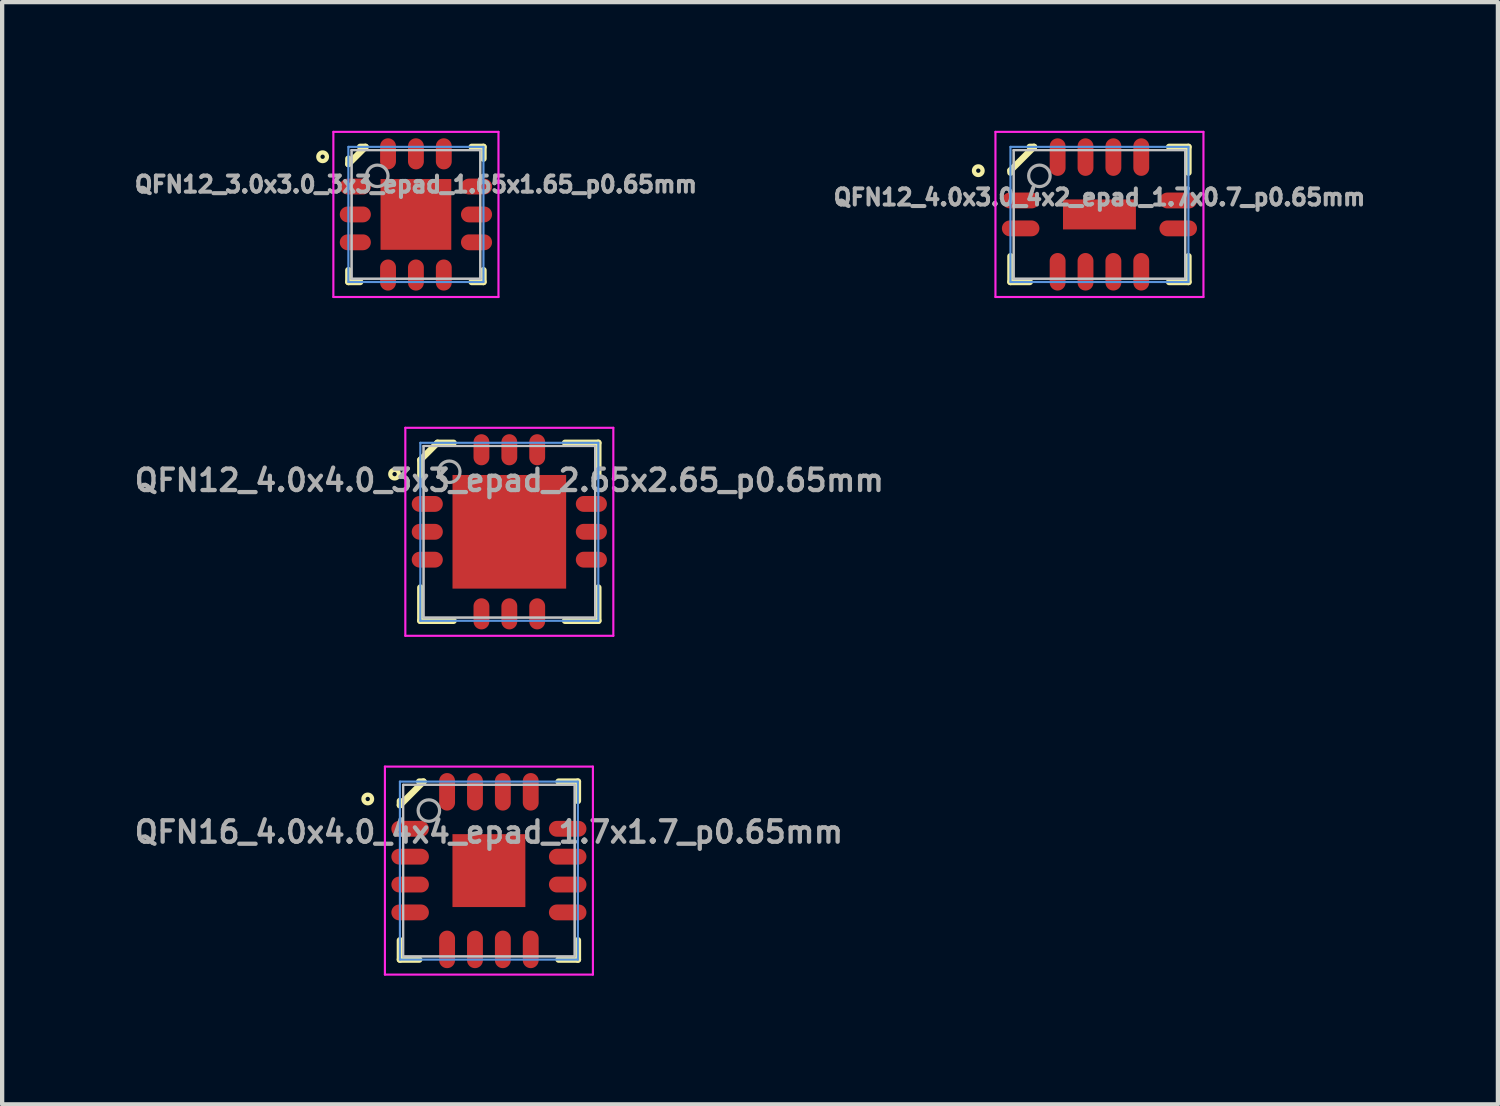
<source format=kicad_pcb>
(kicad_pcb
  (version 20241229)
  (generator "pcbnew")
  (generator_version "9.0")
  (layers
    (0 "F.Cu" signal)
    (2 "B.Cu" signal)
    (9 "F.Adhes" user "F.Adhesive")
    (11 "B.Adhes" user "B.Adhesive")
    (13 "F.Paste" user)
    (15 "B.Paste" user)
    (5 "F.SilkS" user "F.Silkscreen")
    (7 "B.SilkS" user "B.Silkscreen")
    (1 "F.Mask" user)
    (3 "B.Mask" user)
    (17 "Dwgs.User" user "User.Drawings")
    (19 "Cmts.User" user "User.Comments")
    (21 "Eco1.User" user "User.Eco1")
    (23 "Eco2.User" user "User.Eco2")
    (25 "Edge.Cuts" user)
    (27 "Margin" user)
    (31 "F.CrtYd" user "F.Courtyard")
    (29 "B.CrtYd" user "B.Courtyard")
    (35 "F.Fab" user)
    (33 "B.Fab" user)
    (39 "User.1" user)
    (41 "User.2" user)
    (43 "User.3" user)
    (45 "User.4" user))
  (footprint "QFN16_4.0x4.0_4x4_epad_1.7x1.7_p0.65mm"
    (layer "F.Cu")
    (at 8.35 17.25)
    (property "Reference" "QFN16_4.0x4.0_4x4_epad_1.7x1.7_p0.65mm" (at 0 -0.9 0) (layer "F.Fab") (effects (font (size 0.5 0.5) (thickness 0.1))))
    (attr through_hole)
    (fp_line (start -2.075 -1.525) (end -2.075 -1.625) (stroke (width 0.15) (type solid)) (layer "F.SilkS"))
    (fp_line (start -2.075 -1.525) (end -1.525 -2.075) (stroke (width 0.15) (type solid)) (layer "F.SilkS"))
    (fp_line (start -2.075 2.075) (end -2.075 1.625) (stroke (width 0.15) (type solid)) (layer "F.SilkS"))
    (fp_line (start -2.075 2.075) (end -1.625 2.075) (stroke (width 0.15) (type solid)) (layer "F.SilkS"))
    (fp_line (start -1.625 -2.075) (end -1.525 -2.075) (stroke (width 0.15) (type solid)) (layer "F.SilkS"))
    (fp_line (start 2.075 -2.075) (end 1.625 -2.075) (stroke (width 0.15) (type solid)) (layer "F.SilkS"))
    (fp_line (start 2.075 -2.075) (end 2.075 -1.625) (stroke (width 0.15) (type solid)) (layer "F.SilkS"))
    (fp_line (start 2.075 2.075) (end 1.625 2.075) (stroke (width 0.15) (type solid)) (layer "F.SilkS"))
    (fp_line (start 2.075 2.075) (end 2.075 1.625) (stroke (width 0.15) (type solid)) (layer "F.SilkS"))
    (fp_circle (center -2.825 -1.67) (end -2.754 -1.599) (stroke (width 0.1) (type solid)) (fill no) (layer "F.SilkS"))
    (fp_line (start -2 -2) (end -2 2) (stroke (width 0.05) (type solid)) (layer "Dwgs.User"))
    (fp_line (start -2 -2) (end 2 -2) (stroke (width 0.05) (type solid)) (layer "Dwgs.User"))
    (fp_line (start -2 2) (end 2 2) (stroke (width 0.05) (type solid)) (layer "Dwgs.User"))
    (fp_line (start 2 -2) (end 2 2) (stroke (width 0.05) (type solid)) (layer "Dwgs.User"))
    (fp_line (start -2.075 -2.075) (end -2.075 2.075) (stroke (width 0.05) (type solid)) (layer "Cmts.User"))
    (fp_line (start -2.075 -2.075) (end 2.075 -2.075) (stroke (width 0.05) (type solid)) (layer "Cmts.User"))
    (fp_line (start -2.075 2.075) (end 2.075 2.075) (stroke (width 0.05) (type solid)) (layer "Cmts.User"))
    (fp_line (start 2.075 -2.075) (end 2.075 2.075) (stroke (width 0.05) (type solid)) (layer "Cmts.User"))
    (fp_line (start -1.925 -1.925) (end -1.925 1.925) (stroke (width 0.05) (type solid)) (layer "Eco1.User"))
    (fp_line (start -1.925 -1.925) (end 1.925 -1.925) (stroke (width 0.05) (type solid)) (layer "Eco1.User"))
    (fp_line (start -1.925 1.925) (end 1.925 1.925) (stroke (width 0.05) (type solid)) (layer "Eco1.User"))
    (fp_line (start 1.925 -1.925) (end 1.925 1.925) (stroke (width 0.05) (type solid)) (layer "Eco1.User"))
    (fp_line (start -2.425 -2.425) (end -2.425 2.425) (stroke (width 0.05) (type solid)) (layer "F.CrtYd"))
    (fp_line (start -2.425 -2.425) (end 2.425 -2.425) (stroke (width 0.05) (type solid)) (layer "F.CrtYd"))
    (fp_line (start -2.425 2.425) (end 2.425 2.425) (stroke (width 0.05) (type solid)) (layer "F.CrtYd"))
    (fp_line (start 2.425 -2.425) (end 2.425 2.425) (stroke (width 0.05) (type solid)) (layer "F.CrtYd"))
    (fp_line (start -2 -2) (end -2 2) (stroke (width 0.05) (type solid)) (layer "F.Fab"))
    (fp_line (start -2 -2) (end 2 -2) (stroke (width 0.05) (type solid)) (layer "F.Fab"))
    (fp_line (start -2 2) (end 2 2) (stroke (width 0.05) (type solid)) (layer "F.Fab"))
    (fp_line (start 2 -2) (end 2 2) (stroke (width 0.05) (type solid)) (layer "F.Fab"))
    (fp_circle (center -1.4 -1.4) (end -1.223 -1.223) (stroke (width 0.075) (type solid)) (fill no) (layer "F.Fab"))
    (pad "1" smd oval (at -1.837 -0.975 180) (size 0.875 0.37) (layers "F.Cu" "F.Mask" "F.Paste"))
    (pad "2" smd oval (at -1.837 -0.325 180) (size 0.875 0.37) (layers "F.Cu" "F.Mask" "F.Paste"))
    (pad "3" smd oval (at -1.837 0.325 180) (size 0.875 0.37) (layers "F.Cu" "F.Mask" "F.Paste"))
    (pad "4" smd oval (at -1.837 0.975 180) (size 0.875 0.37) (layers "F.Cu" "F.Mask" "F.Paste"))
    (pad "5" smd oval (at -0.975 1.837 270) (size 0.875 0.37) (layers "F.Cu" "F.Mask" "F.Paste"))
    (pad "6" smd oval (at -0.325 1.837 270) (size 0.875 0.37) (layers "F.Cu" "F.Mask" "F.Paste"))
    (pad "7" smd oval (at 0.325 1.837 270) (size 0.875 0.37) (layers "F.Cu" "F.Mask" "F.Paste"))
    (pad "8" smd oval (at 0.975 1.837 270) (size 0.875 0.37) (layers "F.Cu" "F.Mask" "F.Paste"))
    (pad "9" smd oval (at 1.837 0.975) (size 0.875 0.37) (layers "F.Cu" "F.Mask" "F.Paste"))
    (pad "10" smd oval (at 1.837 0.325) (size 0.875 0.37) (layers "F.Cu" "F.Mask" "F.Paste"))
    (pad "11" smd oval (at 1.837 -0.325) (size 0.875 0.37) (layers "F.Cu" "F.Mask" "F.Paste"))
    (pad "12" smd oval (at 1.837 -0.975) (size 0.875 0.37) (layers "F.Cu" "F.Mask" "F.Paste"))
    (pad "13" smd oval (at 0.975 -1.837 90) (size 0.875 0.37) (layers "F.Cu" "F.Mask" "F.Paste"))
    (pad "14" smd oval (at 0.325 -1.837 90) (size 0.875 0.37) (layers "F.Cu" "F.Mask" "F.Paste"))
    (pad "15" smd oval (at -0.325 -1.837 90) (size 0.875 0.37) (layers "F.Cu" "F.Mask" "F.Paste"))
    (pad "16" smd oval (at -0.975 -1.837 90) (size 0.875 0.37) (layers "F.Cu" "F.Mask" "F.Paste"))
    (pad "17" smd rect (at 0 0) (size 1.7 1.7) (layers "F.Cu" "F.Mask" "F.Paste")))
  (footprint "QFN12_4.0x4.0_3x3_epad_2.65x2.65_p0.65mm"
    (layer "F.Cu")
    (at 8.826 9.35)
    (property "Reference" "QFN12_4.0x4.0_3x3_epad_2.65x2.65_p0.65mm" (at 0 -1.2 0) (layer "F.Fab") (effects (font (size 0.5 0.5) (thickness 0.1))))
    (attr through_hole)
    (fp_line (start -2.075 -1.675) (end -2.075 -1.3) (stroke (width 0.15) (type solid)) (layer "F.SilkS"))
    (fp_line (start -2.075 -1.675) (end -1.675 -2.075) (stroke (width 0.15) (type solid)) (layer "F.SilkS"))
    (fp_line (start -2.075 2.075) (end -2.075 1.3) (stroke (width 0.15) (type solid)) (layer "F.SilkS"))
    (fp_line (start -2.075 2.075) (end -1.3 2.075) (stroke (width 0.15) (type solid)) (layer "F.SilkS"))
    (fp_line (start -1.3 -2.075) (end -1.675 -2.075) (stroke (width 0.15) (type solid)) (layer "F.SilkS"))
    (fp_line (start 2.075 -2.075) (end 1.3 -2.075) (stroke (width 0.15) (type solid)) (layer "F.SilkS"))
    (fp_line (start 2.075 -2.075) (end 2.075 -1.3) (stroke (width 0.15) (type solid)) (layer "F.SilkS"))
    (fp_line (start 2.075 2.075) (end 1.3 2.075) (stroke (width 0.15) (type solid)) (layer "F.SilkS"))
    (fp_line (start 2.075 2.075) (end 2.075 1.3) (stroke (width 0.15) (type solid)) (layer "F.SilkS"))
    (fp_circle (center -2.675 -1.345) (end -2.604 -1.274) (stroke (width 0.1) (type solid)) (fill no) (layer "F.SilkS"))
    (fp_line (start -2 -2) (end -2 2) (stroke (width 0.05) (type solid)) (layer "Dwgs.User"))
    (fp_line (start -2 -2) (end 2 -2) (stroke (width 0.05) (type solid)) (layer "Dwgs.User"))
    (fp_line (start -2 2) (end 2 2) (stroke (width 0.05) (type solid)) (layer "Dwgs.User"))
    (fp_line (start 2 -2) (end 2 2) (stroke (width 0.05) (type solid)) (layer "Dwgs.User"))
    (fp_line (start -2.075 -2.075) (end -2.075 2.075) (stroke (width 0.05) (type solid)) (layer "Cmts.User"))
    (fp_line (start -2.075 -2.075) (end 2.075 -2.075) (stroke (width 0.05) (type solid)) (layer "Cmts.User"))
    (fp_line (start -2.075 2.075) (end 2.075 2.075) (stroke (width 0.05) (type solid)) (layer "Cmts.User"))
    (fp_line (start 2.075 -2.075) (end 2.075 2.075) (stroke (width 0.05) (type solid)) (layer "Cmts.User"))
    (fp_line (start -1.925 -1.925) (end -1.925 1.925) (stroke (width 0.05) (type solid)) (layer "Eco1.User"))
    (fp_line (start -1.925 -1.925) (end 1.925 -1.925) (stroke (width 0.05) (type solid)) (layer "Eco1.User"))
    (fp_line (start -1.925 1.925) (end 1.925 1.925) (stroke (width 0.05) (type solid)) (layer "Eco1.User"))
    (fp_line (start 1.925 -1.925) (end 1.925 1.925) (stroke (width 0.05) (type solid)) (layer "Eco1.User"))
    (fp_line (start -2.425 -2.425) (end -2.425 2.425) (stroke (width 0.05) (type solid)) (layer "F.CrtYd"))
    (fp_line (start -2.425 -2.425) (end 2.425 -2.425) (stroke (width 0.05) (type solid)) (layer "F.CrtYd"))
    (fp_line (start -2.425 2.425) (end 2.425 2.425) (stroke (width 0.05) (type solid)) (layer "F.CrtYd"))
    (fp_line (start 2.425 -2.425) (end 2.425 2.425) (stroke (width 0.05) (type solid)) (layer "F.CrtYd"))
    (fp_line (start -2 -2) (end -2 2) (stroke (width 0.05) (type solid)) (layer "F.Fab"))
    (fp_line (start -2 -2) (end 2 -2) (stroke (width 0.05) (type solid)) (layer "F.Fab"))
    (fp_line (start -2 2) (end 2 2) (stroke (width 0.05) (type solid)) (layer "F.Fab"))
    (fp_line (start 2 -2) (end 2 2) (stroke (width 0.05) (type solid)) (layer "F.Fab"))
    (fp_circle (center -1.4 -1.4) (end -1.223 -1.223) (stroke (width 0.075) (type solid)) (fill no) (layer "F.Fab"))
    (pad "1" smd oval (at -1.913 -0.65 180) (size 0.725 0.37) (layers "F.Cu" "F.Mask" "F.Paste"))
    (pad "2" smd oval (at -1.913 0 180) (size 0.725 0.37) (layers "F.Cu" "F.Mask" "F.Paste"))
    (pad "3" smd oval (at -1.913 0.65 180) (size 0.725 0.37) (layers "F.Cu" "F.Mask" "F.Paste"))
    (pad "4" smd oval (at -0.65 1.913 270) (size 0.725 0.37) (layers "F.Cu" "F.Mask" "F.Paste"))
    (pad "5" smd oval (at 0 1.913 270) (size 0.725 0.37) (layers "F.Cu" "F.Mask" "F.Paste"))
    (pad "6" smd oval (at 0.65 1.913 270) (size 0.725 0.37) (layers "F.Cu" "F.Mask" "F.Paste"))
    (pad "7" smd oval (at 1.913 0.65) (size 0.725 0.37) (layers "F.Cu" "F.Mask" "F.Paste"))
    (pad "8" smd oval (at 1.913 0) (size 0.725 0.37) (layers "F.Cu" "F.Mask" "F.Paste"))
    (pad "9" smd oval (at 1.913 -0.65) (size 0.725 0.37) (layers "F.Cu" "F.Mask" "F.Paste"))
    (pad "10" smd oval (at 0.65 -1.913 90) (size 0.725 0.37) (layers "F.Cu" "F.Mask" "F.Paste"))
    (pad "11" smd oval (at 0 -1.913 90) (size 0.725 0.37) (layers "F.Cu" "F.Mask" "F.Paste"))
    (pad "12" smd oval (at -0.65 -1.913 90) (size 0.725 0.37) (layers "F.Cu" "F.Mask" "F.Paste"))
    (pad "13" smd rect (at 0 0) (size 2.65 2.65) (layers "F.Cu" "F.Mask" "F.Paste")))
  (footprint "QFN12_3.0x3.0_3x3_epad_1.65x1.65_p0.65mm"
    (layer "F.Cu")
    (at 6.648 1.95)
    (property "Reference" "QFN12_3.0x3.0_3x3_epad_1.65x1.65_p0.65mm" (at 0 -0.7 0) (layer "F.Fab") (effects (font (size 0.375 0.375) (thickness 0.1))))
    (attr through_hole)
    (fp_line (start -1.575 -1.175) (end -1.575 -1.3) (stroke (width 0.15) (type solid)) (layer "F.SilkS"))
    (fp_line (start -1.575 -1.175) (end -1.175 -1.575) (stroke (width 0.15) (type solid)) (layer "F.SilkS"))
    (fp_line (start -1.575 1.575) (end -1.575 1.3) (stroke (width 0.15) (type solid)) (layer "F.SilkS"))
    (fp_line (start -1.575 1.575) (end -1.3 1.575) (stroke (width 0.15) (type solid)) (layer "F.SilkS"))
    (fp_line (start -1.3 -1.575) (end -1.175 -1.575) (stroke (width 0.15) (type solid)) (layer "F.SilkS"))
    (fp_line (start 1.575 -1.575) (end 1.3 -1.575) (stroke (width 0.15) (type solid)) (layer "F.SilkS"))
    (fp_line (start 1.575 -1.575) (end 1.575 -1.3) (stroke (width 0.15) (type solid)) (layer "F.SilkS"))
    (fp_line (start 1.575 1.575) (end 1.3 1.575) (stroke (width 0.15) (type solid)) (layer "F.SilkS"))
    (fp_line (start 1.575 1.575) (end 1.575 1.3) (stroke (width 0.15) (type solid)) (layer "F.SilkS"))
    (fp_circle (center -2.175 -1.345) (end -2.104 -1.274) (stroke (width 0.1) (type solid)) (fill no) (layer "F.SilkS"))
    (fp_line (start -1.5 -1.5) (end -1.5 1.5) (stroke (width 0.05) (type solid)) (layer "Dwgs.User"))
    (fp_line (start -1.5 -1.5) (end 1.5 -1.5) (stroke (width 0.05) (type solid)) (layer "Dwgs.User"))
    (fp_line (start -1.5 1.5) (end 1.5 1.5) (stroke (width 0.05) (type solid)) (layer "Dwgs.User"))
    (fp_line (start 1.5 -1.5) (end 1.5 1.5) (stroke (width 0.05) (type solid)) (layer "Dwgs.User"))
    (fp_line (start -1.575 -1.575) (end -1.575 1.575) (stroke (width 0.05) (type solid)) (layer "Cmts.User"))
    (fp_line (start -1.575 -1.575) (end 1.575 -1.575) (stroke (width 0.05) (type solid)) (layer "Cmts.User"))
    (fp_line (start -1.575 1.575) (end 1.575 1.575) (stroke (width 0.05) (type solid)) (layer "Cmts.User"))
    (fp_line (start 1.575 -1.575) (end 1.575 1.575) (stroke (width 0.05) (type solid)) (layer "Cmts.User"))
    (fp_line (start -1.425 -1.425) (end -1.425 1.425) (stroke (width 0.05) (type solid)) (layer "Eco1.User"))
    (fp_line (start -1.425 -1.425) (end 1.425 -1.425) (stroke (width 0.05) (type solid)) (layer "Eco1.User"))
    (fp_line (start -1.425 1.425) (end 1.425 1.425) (stroke (width 0.05) (type solid)) (layer "Eco1.User"))
    (fp_line (start 1.425 -1.425) (end 1.425 1.425) (stroke (width 0.05) (type solid)) (layer "Eco1.User"))
    (fp_line (start -1.925 -1.925) (end -1.925 1.925) (stroke (width 0.05) (type solid)) (layer "F.CrtYd"))
    (fp_line (start -1.925 -1.925) (end 1.925 -1.925) (stroke (width 0.05) (type solid)) (layer "F.CrtYd"))
    (fp_line (start -1.925 1.925) (end 1.925 1.925) (stroke (width 0.05) (type solid)) (layer "F.CrtYd"))
    (fp_line (start 1.925 -1.925) (end 1.925 1.925) (stroke (width 0.05) (type solid)) (layer "F.CrtYd"))
    (fp_line (start -1.5 -1.5) (end -1.5 1.5) (stroke (width 0.05) (type solid)) (layer "F.Fab"))
    (fp_line (start -1.5 -1.5) (end 1.5 -1.5) (stroke (width 0.05) (type solid)) (layer "F.Fab"))
    (fp_line (start -1.5 1.5) (end 1.5 1.5) (stroke (width 0.05) (type solid)) (layer "F.Fab"))
    (fp_line (start 1.5 -1.5) (end 1.5 1.5) (stroke (width 0.05) (type solid)) (layer "F.Fab"))
    (fp_circle (center -0.9 -0.9) (end -0.723 -0.723) (stroke (width 0.075) (type solid)) (fill no) (layer "F.Fab"))
    (pad "1" smd oval (at -1.413 -0.65 180) (size 0.725 0.37) (layers "F.Cu" "F.Mask" "F.Paste"))
    (pad "2" smd oval (at -1.413 0 180) (size 0.725 0.37) (layers "F.Cu" "F.Mask" "F.Paste"))
    (pad "3" smd oval (at -1.413 0.65 180) (size 0.725 0.37) (layers "F.Cu" "F.Mask" "F.Paste"))
    (pad "4" smd oval (at -0.65 1.413 270) (size 0.725 0.37) (layers "F.Cu" "F.Mask" "F.Paste"))
    (pad "5" smd oval (at 0 1.413 270) (size 0.725 0.37) (layers "F.Cu" "F.Mask" "F.Paste"))
    (pad "6" smd oval (at 0.65 1.413 270) (size 0.725 0.37) (layers "F.Cu" "F.Mask" "F.Paste"))
    (pad "7" smd oval (at 1.413 0.65) (size 0.725 0.37) (layers "F.Cu" "F.Mask" "F.Paste"))
    (pad "8" smd oval (at 1.413 0) (size 0.725 0.37) (layers "F.Cu" "F.Mask" "F.Paste"))
    (pad "9" smd oval (at 1.413 -0.65) (size 0.725 0.37) (layers "F.Cu" "F.Mask" "F.Paste"))
    (pad "10" smd oval (at 0.65 -1.413 90) (size 0.725 0.37) (layers "F.Cu" "F.Mask" "F.Paste"))
    (pad "11" smd oval (at 0 -1.413 90) (size 0.725 0.37) (layers "F.Cu" "F.Mask" "F.Paste"))
    (pad "12" smd oval (at -0.65 -1.413 90) (size 0.725 0.37) (layers "F.Cu" "F.Mask" "F.Paste"))
    (pad "13" smd rect (at 0 0) (size 1.65 1.65) (layers "F.Cu" "F.Mask" "F.Paste")))
  (footprint "QFN12_4.0x3.0_4x2_epad_1.7x0.7_p0.65mm"
    (layer "F.Cu")
    (at 22.586 1.95)
    (property "Reference" "QFN12_4.0x3.0_4x2_epad_1.7x0.7_p0.65mm" (at 0 -0.4 0) (layer "F.Fab") (effects (font (size 0.375 0.375) (thickness 0.1))))
    (attr through_hole)
    (fp_line (start -2.075 -1.025) (end -2.075 -0.975) (stroke (width 0.15) (type solid)) (layer "F.SilkS"))
    (fp_line (start -2.075 -1.025) (end -1.525 -1.575) (stroke (width 0.15) (type solid)) (layer "F.SilkS"))
    (fp_line (start -2.075 1.575) (end -2.075 0.975) (stroke (width 0.15) (type solid)) (layer "F.SilkS"))
    (fp_line (start -2.075 1.575) (end -1.625 1.575) (stroke (width 0.15) (type solid)) (layer "F.SilkS"))
    (fp_line (start -1.625 -1.575) (end -1.525 -1.575) (stroke (width 0.15) (type solid)) (layer "F.SilkS"))
    (fp_line (start 2.075 -1.575) (end 1.625 -1.575) (stroke (width 0.15) (type solid)) (layer "F.SilkS"))
    (fp_line (start 2.075 -1.575) (end 2.075 -0.975) (stroke (width 0.15) (type solid)) (layer "F.SilkS"))
    (fp_line (start 2.075 1.575) (end 1.625 1.575) (stroke (width 0.15) (type solid)) (layer "F.SilkS"))
    (fp_line (start 2.075 1.575) (end 2.075 0.975) (stroke (width 0.15) (type solid)) (layer "F.SilkS"))
    (fp_circle (center -2.825 -1.02) (end -2.754 -0.949) (stroke (width 0.1) (type solid)) (fill no) (layer "F.SilkS"))
    (fp_line (start -2 -1.5) (end -2 1.5) (stroke (width 0.05) (type solid)) (layer "Dwgs.User"))
    (fp_line (start -2 -1.5) (end 2 -1.5) (stroke (width 0.05) (type solid)) (layer "Dwgs.User"))
    (fp_line (start -2 1.5) (end 2 1.5) (stroke (width 0.05) (type solid)) (layer "Dwgs.User"))
    (fp_line (start 2 -1.5) (end 2 1.5) (stroke (width 0.05) (type solid)) (layer "Dwgs.User"))
    (fp_line (start -2.075 -1.575) (end -2.075 1.575) (stroke (width 0.05) (type solid)) (layer "Cmts.User"))
    (fp_line (start -2.075 -1.575) (end 2.075 -1.575) (stroke (width 0.05) (type solid)) (layer "Cmts.User"))
    (fp_line (start -2.075 1.575) (end 2.075 1.575) (stroke (width 0.05) (type solid)) (layer "Cmts.User"))
    (fp_line (start 2.075 -1.575) (end 2.075 1.575) (stroke (width 0.05) (type solid)) (layer "Cmts.User"))
    (fp_line (start -1.925 -1.425) (end -1.925 1.425) (stroke (width 0.05) (type solid)) (layer "Eco1.User"))
    (fp_line (start -1.925 -1.425) (end 1.925 -1.425) (stroke (width 0.05) (type solid)) (layer "Eco1.User"))
    (fp_line (start -1.925 1.425) (end 1.925 1.425) (stroke (width 0.05) (type solid)) (layer "Eco1.User"))
    (fp_line (start 1.925 -1.425) (end 1.925 1.425) (stroke (width 0.05) (type solid)) (layer "Eco1.User"))
    (fp_line (start -2.425 -1.925) (end -2.425 1.925) (stroke (width 0.05) (type solid)) (layer "F.CrtYd"))
    (fp_line (start -2.425 -1.925) (end 2.425 -1.925) (stroke (width 0.05) (type solid)) (layer "F.CrtYd"))
    (fp_line (start -2.425 1.925) (end 2.425 1.925) (stroke (width 0.05) (type solid)) (layer "F.CrtYd"))
    (fp_line (start 2.425 -1.925) (end 2.425 1.925) (stroke (width 0.05) (type solid)) (layer "F.CrtYd"))
    (fp_line (start -2 -1.5) (end -2 1.5) (stroke (width 0.05) (type solid)) (layer "F.Fab"))
    (fp_line (start -2 -1.5) (end 2 -1.5) (stroke (width 0.05) (type solid)) (layer "F.Fab"))
    (fp_line (start -2 1.5) (end 2 1.5) (stroke (width 0.05) (type solid)) (layer "F.Fab"))
    (fp_line (start 2 -1.5) (end 2 1.5) (stroke (width 0.05) (type solid)) (layer "F.Fab"))
    (fp_circle (center -1.4 -0.9) (end -1.223 -0.723) (stroke (width 0.075) (type solid)) (fill no) (layer "F.Fab"))
    (pad "1" smd oval (at -1.837 -0.325 180) (size 0.875 0.37) (layers "F.Cu" "F.Mask" "F.Paste"))
    (pad "2" smd oval (at -1.837 0.325 180) (size 0.875 0.37) (layers "F.Cu" "F.Mask" "F.Paste"))
    (pad "3" smd oval (at -0.975 1.337 270) (size 0.875 0.37) (layers "F.Cu" "F.Mask" "F.Paste"))
    (pad "4" smd oval (at -0.325 1.337 270) (size 0.875 0.37) (layers "F.Cu" "F.Mask" "F.Paste"))
    (pad "5" smd oval (at 0.325 1.337 270) (size 0.875 0.37) (layers "F.Cu" "F.Mask" "F.Paste"))
    (pad "6" smd oval (at 0.975 1.337 270) (size 0.875 0.37) (layers "F.Cu" "F.Mask" "F.Paste"))
    (pad "7" smd oval (at 1.837 0.325) (size 0.875 0.37) (layers "F.Cu" "F.Mask" "F.Paste"))
    (pad "8" smd oval (at 1.837 -0.325) (size 0.875 0.37) (layers "F.Cu" "F.Mask" "F.Paste"))
    (pad "9" smd oval (at 0.975 -1.337 90) (size 0.875 0.37) (layers "F.Cu" "F.Mask" "F.Paste"))
    (pad "10" smd oval (at 0.325 -1.337 90) (size 0.875 0.37) (layers "F.Cu" "F.Mask" "F.Paste"))
    (pad "11" smd oval (at -0.325 -1.337 90) (size 0.875 0.37) (layers "F.Cu" "F.Mask" "F.Paste"))
    (pad "12" smd oval (at -0.975 -1.337 90) (size 0.875 0.37) (layers "F.Cu" "F.Mask" "F.Paste"))
    (pad "13" smd rect (at 0 0) (size 1.7 0.7) (layers "F.Cu" "F.Mask" "F.Paste")))
  (gr_rect
    (start -3 -3)
    (end 31.877 22.7)
    (stroke (width 0.1) (type default))
    (fill no)
    (layer "Edge.Cuts")))
</source>
